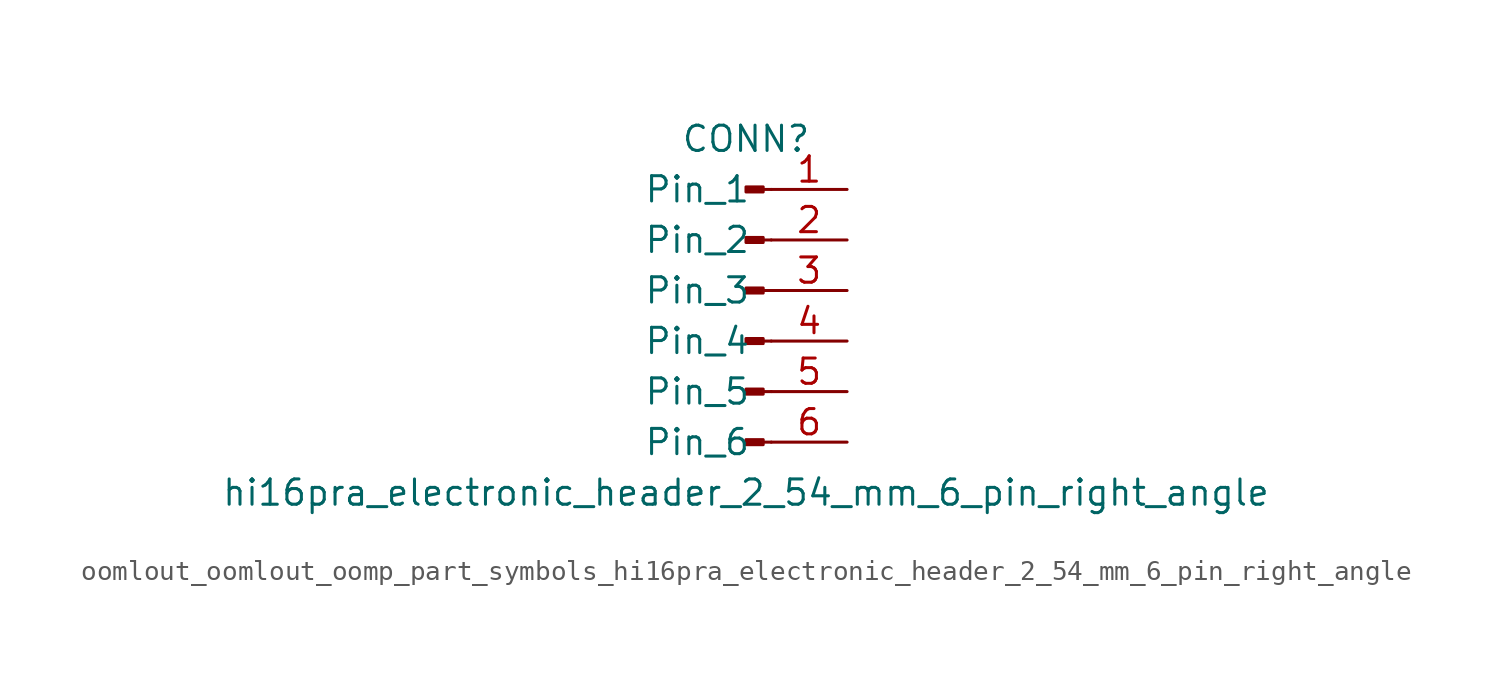
<source format=kicad_sym>
(kicad_symbol_lib
  (version 20220914)
  (generator kicad_symbol_editor)
  (symbol "oomlout_oomlout_oomp_part_symbols_hi16pra_electronic_header_2_54_mm_6_pin_right_angle"
    (pin_names
      (offset 1.016))
    (property "Reference" "CONN"
      (at 0 7.62 0)
      (effects (font (size 1.27 1.27))))
    (property "Value" "hi16pra_electronic_header_2_54_mm_6_pin_right_angle"
      (at 0 -10.16 0)
      (effects (font (size 1.27 1.27))))
    (property "ki_locked" ""
      (at 0 0 0)
      (effects (font (size 1.27 1.27))))
    (symbol "oomlout_oomlout_oomp_part_symbols_hi16pra_electronic_header_2_54_mm_6_pin_right_angle_1_1"
      (polyline (pts (xy 1.27 -7.62) (xy 0.864 -7.62)) (stroke (width 0.152) (type default)) (fill (type none)))
      (polyline (pts (xy 1.27 -5.08) (xy 0.864 -5.08)) (stroke (width 0.152) (type default)) (fill (type none)))
      (polyline (pts (xy 1.27 -2.54) (xy 0.864 -2.54)) (stroke (width 0.152) (type default)) (fill (type none)))
      (polyline (pts (xy 1.27 0) (xy 0.864 0)) (stroke (width 0.152) (type default)) (fill (type none)))
      (polyline (pts (xy 1.27 2.54) (xy 0.864 2.54)) (stroke (width 0.152) (type default)) (fill (type none)))
      (polyline (pts (xy 1.27 5.08) (xy 0.864 5.08)) (stroke (width 0.152) (type default)) (fill (type none)))
      (rectangle (start 0.864 -7.493) (end 0 -7.747) (stroke (width 0.152) (type default)) (fill (type outline)))
      (rectangle (start 0.864 -4.953) (end 0 -5.207) (stroke (width 0.152) (type default)) (fill (type outline)))
      (rectangle (start 0.864 -2.413) (end 0 -2.667) (stroke (width 0.152) (type default)) (fill (type outline)))
      (rectangle (start 0.864 0.127) (end 0 -0.127) (stroke (width 0.152) (type default)) (fill (type outline)))
      (rectangle (start 0.864 2.667) (end 0 2.413) (stroke (width 0.152) (type default)) (fill (type outline)))
      (rectangle (start 0.864 5.207) (end 0 4.953) (stroke (width 0.152) (type default)) (fill (type outline)))
      (pin passive line (at 5.08 5.08 180) (length 3.81) (name "Pin_1" (effects (font (size 1.27 1.27)))) (number "1" (effects (font (size 1.27 1.27)))))
      (pin passive line (at 5.08 2.54 180) (length 3.81) (name "Pin_2" (effects (font (size 1.27 1.27)))) (number "2" (effects (font (size 1.27 1.27)))))
      (pin passive line (at 5.08 0 180) (length 3.81) (name "Pin_3" (effects (font (size 1.27 1.27)))) (number "3" (effects (font (size 1.27 1.27)))))
      (pin passive line (at 5.08 -2.54 180) (length 3.81) (name "Pin_4" (effects (font (size 1.27 1.27)))) (number "4" (effects (font (size 1.27 1.27)))))
      (pin passive line (at 5.08 -5.08 180) (length 3.81) (name "Pin_5" (effects (font (size 1.27 1.27)))) (number "5" (effects (font (size 1.27 1.27)))))
      (pin passive line (at 5.08 -7.62 180) (length 3.81) (name "Pin_6" (effects (font (size 1.27 1.27)))) (number "6" (effects (font (size 1.27 1.27))))))))
</source>
